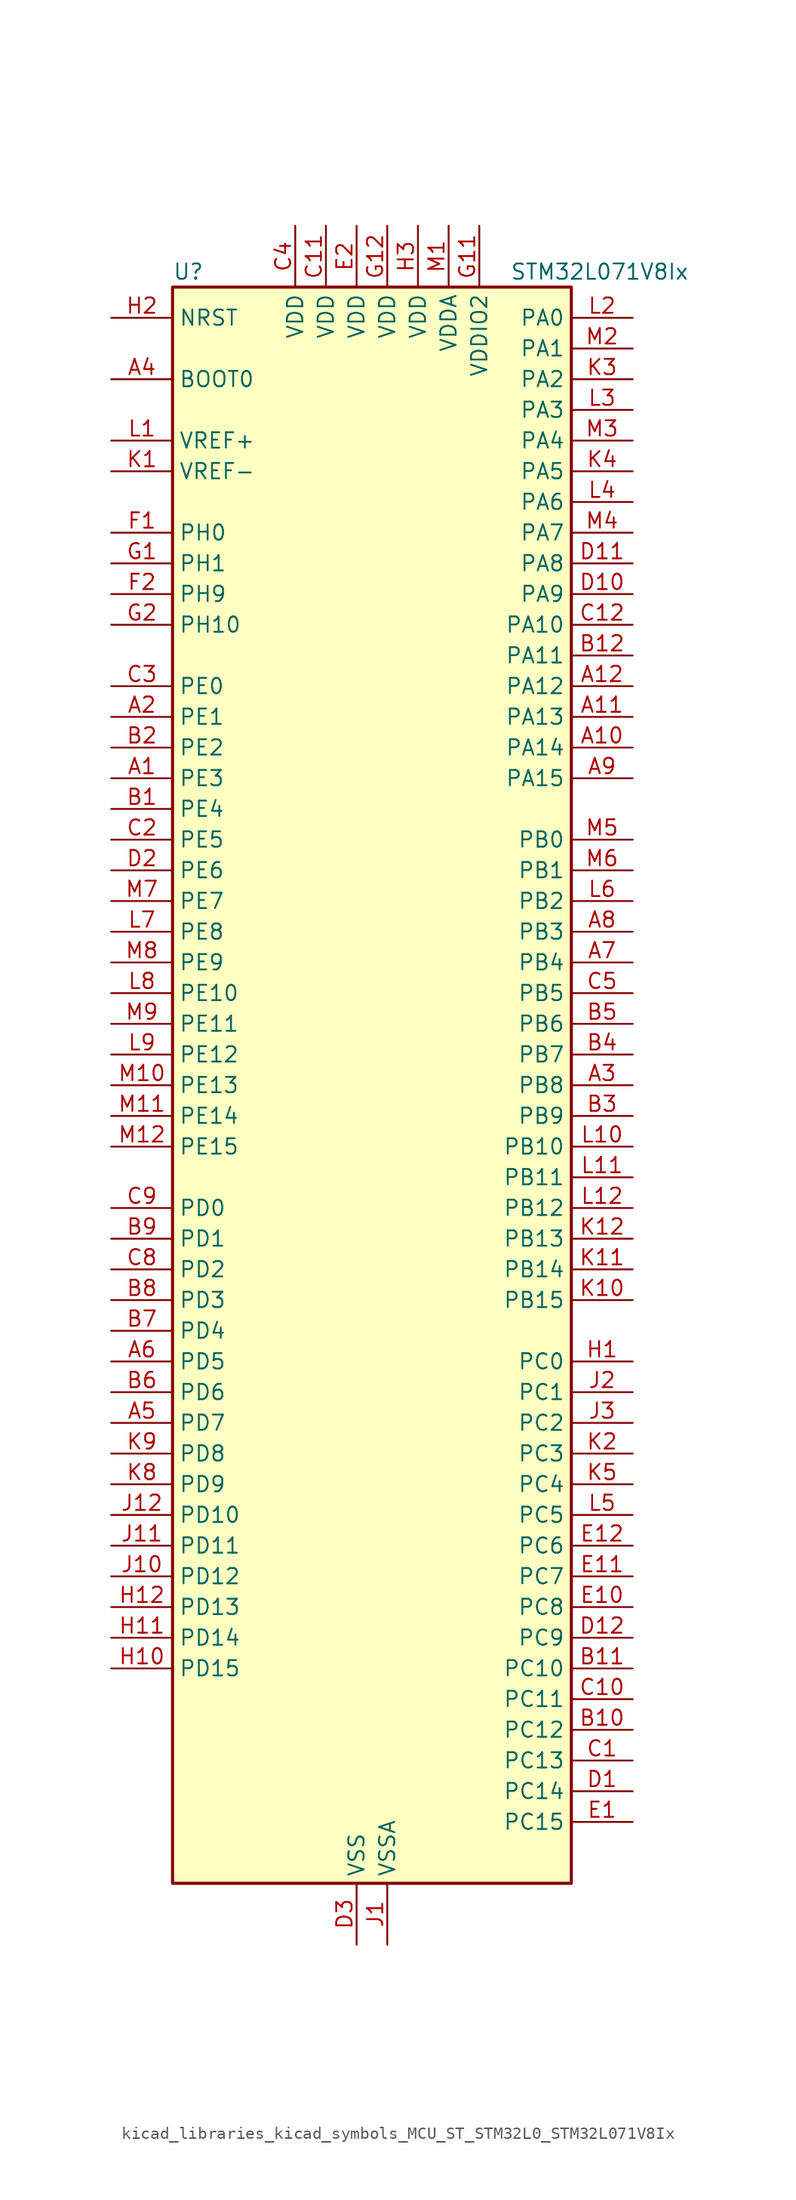
<source format=kicad_sym>
(kicad_symbol_lib
  (version 20220914)
  (generator kicad_symbol_editor)
  (symbol "kicad_libraries_kicad_symbols_MCU_ST_STM32L0_STM32L071V8Ix"
    (property "Reference" "U"
      (at -15.24 67.31 0)
      (effects (font (size 1.27 1.27)) (justify left)))
    (property "Value" "STM32L071V8Ix"
      (at 12.7 67.31 0)
      (effects (font (size 1.27 1.27)) (justify left)))
    (property "ki_locked" ""
      (at 0 0 0)
      (effects (font (size 1.27 1.27))))
    (symbol "kicad_libraries_kicad_symbols_MCU_ST_STM32L0_STM32L071V8Ix_0_1"
      (rectangle (start -15.24 -66.04) (end 17.78 66.04) (stroke (width 0.254) (type default)) (fill (type background))))
    (symbol "kicad_libraries_kicad_symbols_MCU_ST_STM32L0_STM32L071V8Ix_1_1"
      (pin bidirectional line (at -20.32 25.4 0) (length 5.08) (name "PE3" (effects (font (size 1.27 1.27)))) (number "A1" (effects (font (size 1.27 1.27)))) (alternate "TIM22_CH1" bidirectional line) (alternate "TIM3_CH1" bidirectional line))
      (pin bidirectional line (at 22.86 27.94 180) (length 5.08) (name "PA14" (effects (font (size 1.27 1.27)))) (number "A10" (effects (font (size 1.27 1.27)))) (alternate "LPUART1_TX" bidirectional line) (alternate "SYS_SWCLK" bidirectional line) (alternate "USART2_TX" bidirectional line))
      (pin bidirectional line (at 22.86 30.48 180) (length 5.08) (name "PA13" (effects (font (size 1.27 1.27)))) (number "A11" (effects (font (size 1.27 1.27)))) (alternate "LPUART1_RX" bidirectional line) (alternate "SYS_SWDIO" bidirectional line))
      (pin bidirectional line (at 22.86 33.02 180) (length 5.08) (name "PA12" (effects (font (size 1.27 1.27)))) (number "A12" (effects (font (size 1.27 1.27)))) (alternate "COMP2_OUT" bidirectional line) (alternate "SPI1_MOSI" bidirectional line) (alternate "USART1_DE" bidirectional line) (alternate "USART1_RTS" bidirectional line))
      (pin bidirectional line (at -20.32 30.48 0) (length 5.08) (name "PE1" (effects (font (size 1.27 1.27)))) (number "A2" (effects (font (size 1.27 1.27)))))
      (pin bidirectional line (at 22.86 0 180) (length 5.08) (name "PB8" (effects (font (size 1.27 1.27)))) (number "A3" (effects (font (size 1.27 1.27)))) (alternate "I2C1_SCL" bidirectional line))
      (pin input line (at -20.32 58.42 0) (length 5.08) (name "BOOT0" (effects (font (size 1.27 1.27)))) (number "A4" (effects (font (size 1.27 1.27)))))
      (pin bidirectional line (at -20.32 -27.94 0) (length 5.08) (name "PD7" (effects (font (size 1.27 1.27)))) (number "A5" (effects (font (size 1.27 1.27)))) (alternate "TIM21_CH2" bidirectional line) (alternate "USART2_CK" bidirectional line))
      (pin bidirectional line (at -20.32 -22.86 0) (length 5.08) (name "PD5" (effects (font (size 1.27 1.27)))) (number "A6" (effects (font (size 1.27 1.27)))) (alternate "USART2_TX" bidirectional line))
      (pin bidirectional line (at 22.86 10.16 180) (length 5.08) (name "PB4" (effects (font (size 1.27 1.27)))) (number "A7" (effects (font (size 1.27 1.27)))) (alternate "COMP2_INP" bidirectional line) (alternate "I2C3_SDA" bidirectional line) (alternate "SPI1_MISO" bidirectional line) (alternate "TIM22_CH1" bidirectional line) (alternate "TIM3_CH1" bidirectional line) (alternate "USART1_CTS" bidirectional line) (alternate "USART5_RX" bidirectional line))
      (pin bidirectional line (at 22.86 12.7 180) (length 5.08) (name "PB3" (effects (font (size 1.27 1.27)))) (number "A8" (effects (font (size 1.27 1.27)))) (alternate "COMP2_INM" bidirectional line) (alternate "SPI1_SCK" bidirectional line) (alternate "TIM2_CH2" bidirectional line) (alternate "USART1_DE" bidirectional line) (alternate "USART1_RTS" bidirectional line) (alternate "USART5_TX" bidirectional line))
      (pin bidirectional line (at 22.86 25.4 180) (length 5.08) (name "PA15" (effects (font (size 1.27 1.27)))) (number "A9" (effects (font (size 1.27 1.27)))) (alternate "SPI1_NSS" bidirectional line) (alternate "TIM2_CH1" bidirectional line) (alternate "TIM2_ETR" bidirectional line) (alternate "USART2_RX" bidirectional line) (alternate "USART4_DE" bidirectional line) (alternate "USART4_RTS" bidirectional line))
      (pin bidirectional line (at -20.32 22.86 0) (length 5.08) (name "PE4" (effects (font (size 1.27 1.27)))) (number "B1" (effects (font (size 1.27 1.27)))) (alternate "TIM22_CH2" bidirectional line) (alternate "TIM3_CH2" bidirectional line))
      (pin bidirectional line (at 22.86 -53.34 180) (length 5.08) (name "PC12" (effects (font (size 1.27 1.27)))) (number "B10" (effects (font (size 1.27 1.27)))) (alternate "USART4_CK" bidirectional line) (alternate "USART5_TX" bidirectional line))
      (pin bidirectional line (at 22.86 -48.26 180) (length 5.08) (name "PC10" (effects (font (size 1.27 1.27)))) (number "B11" (effects (font (size 1.27 1.27)))) (alternate "LPUART1_TX" bidirectional line) (alternate "USART4_TX" bidirectional line))
      (pin bidirectional line (at 22.86 35.56 180) (length 5.08) (name "PA11" (effects (font (size 1.27 1.27)))) (number "B12" (effects (font (size 1.27 1.27)))) (alternate "ADC_EXTI11" bidirectional line) (alternate "COMP1_OUT" bidirectional line) (alternate "SPI1_MISO" bidirectional line) (alternate "USART1_CTS" bidirectional line))
      (pin bidirectional line (at -20.32 27.94 0) (length 5.08) (name "PE2" (effects (font (size 1.27 1.27)))) (number "B2" (effects (font (size 1.27 1.27)))) (alternate "TIM3_ETR" bidirectional line))
      (pin bidirectional line (at 22.86 -2.54 180) (length 5.08) (name "PB9" (effects (font (size 1.27 1.27)))) (number "B3" (effects (font (size 1.27 1.27)))) (alternate "I2C1_SDA" bidirectional line) (alternate "I2S2_WS" bidirectional line) (alternate "SPI2_NSS" bidirectional line))
      (pin bidirectional line (at 22.86 2.54 180) (length 5.08) (name "PB7" (effects (font (size 1.27 1.27)))) (number "B4" (effects (font (size 1.27 1.27)))) (alternate "COMP2_INP" bidirectional line) (alternate "I2C1_SDA" bidirectional line) (alternate "LPTIM1_IN2" bidirectional line) (alternate "SYS_PVD_IN" bidirectional line) (alternate "USART1_RX" bidirectional line) (alternate "USART4_CTS" bidirectional line))
      (pin bidirectional line (at 22.86 5.08 180) (length 5.08) (name "PB6" (effects (font (size 1.27 1.27)))) (number "B5" (effects (font (size 1.27 1.27)))) (alternate "COMP2_INP" bidirectional line) (alternate "I2C1_SCL" bidirectional line) (alternate "LPTIM1_ETR" bidirectional line) (alternate "USART1_TX" bidirectional line))
      (pin bidirectional line (at -20.32 -25.4 0) (length 5.08) (name "PD6" (effects (font (size 1.27 1.27)))) (number "B6" (effects (font (size 1.27 1.27)))) (alternate "USART2_RX" bidirectional line))
      (pin bidirectional line (at -20.32 -20.32 0) (length 5.08) (name "PD4" (effects (font (size 1.27 1.27)))) (number "B7" (effects (font (size 1.27 1.27)))) (alternate "I2S2_SD" bidirectional line) (alternate "SPI2_MOSI" bidirectional line) (alternate "USART2_DE" bidirectional line) (alternate "USART2_RTS" bidirectional line))
      (pin bidirectional line (at -20.32 -17.78 0) (length 5.08) (name "PD3" (effects (font (size 1.27 1.27)))) (number "B8" (effects (font (size 1.27 1.27)))) (alternate "I2S2_MCK" bidirectional line) (alternate "SPI2_MISO" bidirectional line) (alternate "USART2_CTS" bidirectional line))
      (pin bidirectional line (at -20.32 -12.7 0) (length 5.08) (name "PD1" (effects (font (size 1.27 1.27)))) (number "B9" (effects (font (size 1.27 1.27)))) (alternate "I2S2_CK" bidirectional line) (alternate "SPI2_SCK" bidirectional line))
      (pin bidirectional line (at 22.86 -55.88 180) (length 5.08) (name "PC13" (effects (font (size 1.27 1.27)))) (number "C1" (effects (font (size 1.27 1.27)))) (alternate "RTC_OUT_ALARM" bidirectional line) (alternate "RTC_OUT_CALIB" bidirectional line) (alternate "RTC_TAMP1" bidirectional line) (alternate "RTC_TS" bidirectional line) (alternate "SYS_WKUP2" bidirectional line))
      (pin bidirectional line (at 22.86 -50.8 180) (length 5.08) (name "PC11" (effects (font (size 1.27 1.27)))) (number "C10" (effects (font (size 1.27 1.27)))) (alternate "ADC_EXTI11" bidirectional line) (alternate "LPUART1_RX" bidirectional line) (alternate "USART4_RX" bidirectional line))
      (pin power_in line (at -2.54 71.12 270) (length 5.08) (name "VDD" (effects (font (size 1.27 1.27)))) (number "C11" (effects (font (size 1.27 1.27)))))
      (pin bidirectional line (at 22.86 38.1 180) (length 5.08) (name "PA10" (effects (font (size 1.27 1.27)))) (number "C12" (effects (font (size 1.27 1.27)))) (alternate "I2C1_SDA" bidirectional line) (alternate "USART1_RX" bidirectional line))
      (pin bidirectional line (at -20.32 20.32 0) (length 5.08) (name "PE5" (effects (font (size 1.27 1.27)))) (number "C2" (effects (font (size 1.27 1.27)))) (alternate "TIM21_CH1" bidirectional line) (alternate "TIM3_CH3" bidirectional line))
      (pin bidirectional line (at -20.32 33.02 0) (length 5.08) (name "PE0" (effects (font (size 1.27 1.27)))) (number "C3" (effects (font (size 1.27 1.27)))))
      (pin power_in line (at -5.08 71.12 270) (length 5.08) (name "VDD" (effects (font (size 1.27 1.27)))) (number "C4" (effects (font (size 1.27 1.27)))))
      (pin bidirectional line (at 22.86 7.62 180) (length 5.08) (name "PB5" (effects (font (size 1.27 1.27)))) (number "C5" (effects (font (size 1.27 1.27)))) (alternate "COMP2_INP" bidirectional line) (alternate "I2C1_SMBA" bidirectional line) (alternate "LPTIM1_IN1" bidirectional line) (alternate "SPI1_MOSI" bidirectional line) (alternate "TIM22_CH2" bidirectional line) (alternate "TIM3_CH2" bidirectional line) (alternate "USART1_CK" bidirectional line) (alternate "USART5_CK" bidirectional line) (alternate "USART5_DE" bidirectional line) (alternate "USART5_RTS" bidirectional line))
      (pin bidirectional line (at -20.32 -15.24 0) (length 5.08) (name "PD2" (effects (font (size 1.27 1.27)))) (number "C8" (effects (font (size 1.27 1.27)))) (alternate "LPUART1_DE" bidirectional line) (alternate "LPUART1_RTS" bidirectional line) (alternate "TIM3_ETR" bidirectional line) (alternate "USART5_RX" bidirectional line))
      (pin bidirectional line (at -20.32 -10.16 0) (length 5.08) (name "PD0" (effects (font (size 1.27 1.27)))) (number "C9" (effects (font (size 1.27 1.27)))) (alternate "I2S2_WS" bidirectional line) (alternate "SPI2_NSS" bidirectional line) (alternate "TIM21_CH1" bidirectional line))
      (pin bidirectional line (at 22.86 -58.42 180) (length 5.08) (name "PC14" (effects (font (size 1.27 1.27)))) (number "D1" (effects (font (size 1.27 1.27)))) (alternate "RCC_OSC32_IN" bidirectional line))
      (pin bidirectional line (at 22.86 40.64 180) (length 5.08) (name "PA9" (effects (font (size 1.27 1.27)))) (number "D10" (effects (font (size 1.27 1.27)))) (alternate "I2C1_SCL" bidirectional line) (alternate "I2C3_SMBA" bidirectional line) (alternate "RCC_MCO" bidirectional line) (alternate "USART1_TX" bidirectional line))
      (pin bidirectional line (at 22.86 43.18 180) (length 5.08) (name "PA8" (effects (font (size 1.27 1.27)))) (number "D11" (effects (font (size 1.27 1.27)))) (alternate "I2C3_SCL" bidirectional line) (alternate "RCC_MCO" bidirectional line) (alternate "USART1_CK" bidirectional line))
      (pin bidirectional line (at 22.86 -45.72 180) (length 5.08) (name "PC9" (effects (font (size 1.27 1.27)))) (number "D12" (effects (font (size 1.27 1.27)))) (alternate "I2C3_SDA" bidirectional line) (alternate "TIM21_ETR" bidirectional line) (alternate "TIM3_CH4" bidirectional line))
      (pin bidirectional line (at -20.32 17.78 0) (length 5.08) (name "PE6" (effects (font (size 1.27 1.27)))) (number "D2" (effects (font (size 1.27 1.27)))) (alternate "RTC_TAMP3" bidirectional line) (alternate "SYS_WKUP3" bidirectional line) (alternate "TIM21_CH2" bidirectional line) (alternate "TIM3_CH4" bidirectional line))
      (pin power_in line (at 0 -71.12 90) (length 5.08) (name "VSS" (effects (font (size 1.27 1.27)))) (number "D3" (effects (font (size 1.27 1.27)))))
      (pin bidirectional line (at 22.86 -60.96 180) (length 5.08) (name "PC15" (effects (font (size 1.27 1.27)))) (number "E1" (effects (font (size 1.27 1.27)))) (alternate "RCC_OSC32_OUT" bidirectional line))
      (pin bidirectional line (at 22.86 -43.18 180) (length 5.08) (name "PC8" (effects (font (size 1.27 1.27)))) (number "E10" (effects (font (size 1.27 1.27)))) (alternate "TIM22_ETR" bidirectional line) (alternate "TIM3_CH3" bidirectional line))
      (pin bidirectional line (at 22.86 -40.64 180) (length 5.08) (name "PC7" (effects (font (size 1.27 1.27)))) (number "E11" (effects (font (size 1.27 1.27)))) (alternate "TIM22_CH2" bidirectional line) (alternate "TIM3_CH2" bidirectional line))
      (pin bidirectional line (at 22.86 -38.1 180) (length 5.08) (name "PC6" (effects (font (size 1.27 1.27)))) (number "E12" (effects (font (size 1.27 1.27)))) (alternate "TIM22_CH1" bidirectional line) (alternate "TIM3_CH1" bidirectional line))
      (pin power_in line (at 0 71.12 270) (length 5.08) (name "VDD" (effects (font (size 1.27 1.27)))) (number "E2" (effects (font (size 1.27 1.27)))))
      (pin passive line (at 0 -71.12 90) (length 5.08) hide (name "VSS" (effects (font (size 1.27 1.27)))) (number "E3" (effects (font (size 1.27 1.27)))))
      (pin bidirectional line (at -20.32 45.72 0) (length 5.08) (name "PH0" (effects (font (size 1.27 1.27)))) (number "F1" (effects (font (size 1.27 1.27)))) (alternate "RCC_OSC_IN" bidirectional line))
      (pin passive line (at 0 -71.12 90) (length 5.08) hide (name "VSS" (effects (font (size 1.27 1.27)))) (number "F11" (effects (font (size 1.27 1.27)))))
      (pin passive line (at 0 -71.12 90) (length 5.08) hide (name "VSS" (effects (font (size 1.27 1.27)))) (number "F12" (effects (font (size 1.27 1.27)))))
      (pin bidirectional line (at -20.32 40.64 0) (length 5.08) (name "PH9" (effects (font (size 1.27 1.27)))) (number "F2" (effects (font (size 1.27 1.27)))))
      (pin bidirectional line (at -20.32 43.18 0) (length 5.08) (name "PH1" (effects (font (size 1.27 1.27)))) (number "G1" (effects (font (size 1.27 1.27)))) (alternate "RCC_OSC_OUT" bidirectional line))
      (pin power_in line (at 10.16 71.12 270) (length 5.08) (name "VDDIO2" (effects (font (size 1.27 1.27)))) (number "G11" (effects (font (size 1.27 1.27)))))
      (pin power_in line (at 2.54 71.12 270) (length 5.08) (name "VDD" (effects (font (size 1.27 1.27)))) (number "G12" (effects (font (size 1.27 1.27)))))
      (pin bidirectional line (at -20.32 38.1 0) (length 5.08) (name "PH10" (effects (font (size 1.27 1.27)))) (number "G2" (effects (font (size 1.27 1.27)))))
      (pin bidirectional line (at 22.86 -22.86 180) (length 5.08) (name "PC0" (effects (font (size 1.27 1.27)))) (number "H1" (effects (font (size 1.27 1.27)))) (alternate "ADC_IN10" bidirectional line) (alternate "I2C3_SCL" bidirectional line) (alternate "LPTIM1_IN1" bidirectional line) (alternate "LPUART1_RX" bidirectional line))
      (pin bidirectional line (at -20.32 -48.26 0) (length 5.08) (name "PD15" (effects (font (size 1.27 1.27)))) (number "H10" (effects (font (size 1.27 1.27)))))
      (pin bidirectional line (at -20.32 -45.72 0) (length 5.08) (name "PD14" (effects (font (size 1.27 1.27)))) (number "H11" (effects (font (size 1.27 1.27)))))
      (pin bidirectional line (at -20.32 -43.18 0) (length 5.08) (name "PD13" (effects (font (size 1.27 1.27)))) (number "H12" (effects (font (size 1.27 1.27)))))
      (pin input line (at -20.32 63.5 0) (length 5.08) (name "NRST" (effects (font (size 1.27 1.27)))) (number "H2" (effects (font (size 1.27 1.27)))))
      (pin power_in line (at 5.08 71.12 270) (length 5.08) (name "VDD" (effects (font (size 1.27 1.27)))) (number "H3" (effects (font (size 1.27 1.27)))))
      (pin power_in line (at 2.54 -71.12 90) (length 5.08) (name "VSSA" (effects (font (size 1.27 1.27)))) (number "J1" (effects (font (size 1.27 1.27)))))
      (pin bidirectional line (at -20.32 -40.64 0) (length 5.08) (name "PD12" (effects (font (size 1.27 1.27)))) (number "J10" (effects (font (size 1.27 1.27)))) (alternate "LPUART1_DE" bidirectional line) (alternate "LPUART1_RTS" bidirectional line))
      (pin bidirectional line (at -20.32 -38.1 0) (length 5.08) (name "PD11" (effects (font (size 1.27 1.27)))) (number "J11" (effects (font (size 1.27 1.27)))) (alternate "ADC_EXTI11" bidirectional line) (alternate "LPUART1_CTS" bidirectional line))
      (pin bidirectional line (at -20.32 -35.56 0) (length 5.08) (name "PD10" (effects (font (size 1.27 1.27)))) (number "J12" (effects (font (size 1.27 1.27)))))
      (pin bidirectional line (at 22.86 -25.4 180) (length 5.08) (name "PC1" (effects (font (size 1.27 1.27)))) (number "J2" (effects (font (size 1.27 1.27)))) (alternate "ADC_IN11" bidirectional line) (alternate "I2C3_SDA" bidirectional line) (alternate "LPTIM1_OUT" bidirectional line) (alternate "LPUART1_TX" bidirectional line))
      (pin bidirectional line (at 22.86 -27.94 180) (length 5.08) (name "PC2" (effects (font (size 1.27 1.27)))) (number "J3" (effects (font (size 1.27 1.27)))) (alternate "ADC_IN12" bidirectional line) (alternate "I2S2_MCK" bidirectional line) (alternate "LPTIM1_IN2" bidirectional line) (alternate "SPI2_MISO" bidirectional line))
      (pin input line (at -20.32 50.8 0) (length 5.08) (name "VREF-" (effects (font (size 1.27 1.27)))) (number "K1" (effects (font (size 1.27 1.27)))))
      (pin bidirectional line (at 22.86 -17.78 180) (length 5.08) (name "PB15" (effects (font (size 1.27 1.27)))) (number "K10" (effects (font (size 1.27 1.27)))) (alternate "I2S2_SD" bidirectional line) (alternate "RTC_REFIN" bidirectional line) (alternate "SPI2_MOSI" bidirectional line))
      (pin bidirectional line (at 22.86 -15.24 180) (length 5.08) (name "PB14" (effects (font (size 1.27 1.27)))) (number "K11" (effects (font (size 1.27 1.27)))) (alternate "I2C2_SDA" bidirectional line) (alternate "I2S2_MCK" bidirectional line) (alternate "LPUART1_DE" bidirectional line) (alternate "LPUART1_RTS" bidirectional line) (alternate "RTC_OUT_ALARM" bidirectional line) (alternate "RTC_OUT_CALIB" bidirectional line) (alternate "SPI2_MISO" bidirectional line) (alternate "TIM21_CH2" bidirectional line))
      (pin bidirectional line (at 22.86 -12.7 180) (length 5.08) (name "PB13" (effects (font (size 1.27 1.27)))) (number "K12" (effects (font (size 1.27 1.27)))) (alternate "I2C2_SCL" bidirectional line) (alternate "I2S2_CK" bidirectional line) (alternate "LPUART1_CTS" bidirectional line) (alternate "RCC_MCO" bidirectional line) (alternate "SPI2_SCK" bidirectional line) (alternate "TIM21_CH1" bidirectional line))
      (pin bidirectional line (at 22.86 -30.48 180) (length 5.08) (name "PC3" (effects (font (size 1.27 1.27)))) (number "K2" (effects (font (size 1.27 1.27)))) (alternate "ADC_IN13" bidirectional line) (alternate "I2S2_SD" bidirectional line) (alternate "LPTIM1_ETR" bidirectional line) (alternate "SPI2_MOSI" bidirectional line))
      (pin bidirectional line (at 22.86 58.42 180) (length 5.08) (name "PA2" (effects (font (size 1.27 1.27)))) (number "K3" (effects (font (size 1.27 1.27)))) (alternate "ADC_IN2" bidirectional line) (alternate "COMP2_INM" bidirectional line) (alternate "COMP2_OUT" bidirectional line) (alternate "LPUART1_TX" bidirectional line) (alternate "TIM21_CH1" bidirectional line) (alternate "TIM2_CH3" bidirectional line) (alternate "USART2_TX" bidirectional line))
      (pin bidirectional line (at 22.86 50.8 180) (length 5.08) (name "PA5" (effects (font (size 1.27 1.27)))) (number "K4" (effects (font (size 1.27 1.27)))) (alternate "ADC_IN5" bidirectional line) (alternate "COMP1_INM" bidirectional line) (alternate "COMP2_INM" bidirectional line) (alternate "SPI1_SCK" bidirectional line) (alternate "TIM2_CH1" bidirectional line) (alternate "TIM2_ETR" bidirectional line))
      (pin bidirectional line (at 22.86 -33.02 180) (length 5.08) (name "PC4" (effects (font (size 1.27 1.27)))) (number "K5" (effects (font (size 1.27 1.27)))) (alternate "ADC_IN14" bidirectional line) (alternate "LPUART1_TX" bidirectional line))
      (pin bidirectional line (at -20.32 -33.02 0) (length 5.08) (name "PD9" (effects (font (size 1.27 1.27)))) (number "K8" (effects (font (size 1.27 1.27)))) (alternate "LPUART1_RX" bidirectional line))
      (pin bidirectional line (at -20.32 -30.48 0) (length 5.08) (name "PD8" (effects (font (size 1.27 1.27)))) (number "K9" (effects (font (size 1.27 1.27)))) (alternate "LPUART1_TX" bidirectional line))
      (pin input line (at -20.32 53.34 0) (length 5.08) (name "VREF+" (effects (font (size 1.27 1.27)))) (number "L1" (effects (font (size 1.27 1.27)))))
      (pin bidirectional line (at 22.86 -5.08 180) (length 5.08) (name "PB10" (effects (font (size 1.27 1.27)))) (number "L10" (effects (font (size 1.27 1.27)))) (alternate "I2C2_SCL" bidirectional line) (alternate "LPUART1_RX" bidirectional line) (alternate "LPUART1_TX" bidirectional line) (alternate "SPI2_SCK" bidirectional line) (alternate "TIM2_CH3" bidirectional line))
      (pin bidirectional line (at 22.86 -7.62 180) (length 5.08) (name "PB11" (effects (font (size 1.27 1.27)))) (number "L11" (effects (font (size 1.27 1.27)))) (alternate "ADC_EXTI11" bidirectional line) (alternate "I2C2_SDA" bidirectional line) (alternate "LPUART1_RX" bidirectional line) (alternate "LPUART1_TX" bidirectional line) (alternate "TIM2_CH4" bidirectional line))
      (pin bidirectional line (at 22.86 -10.16 180) (length 5.08) (name "PB12" (effects (font (size 1.27 1.27)))) (number "L12" (effects (font (size 1.27 1.27)))) (alternate "I2S2_WS" bidirectional line) (alternate "LPUART1_DE" bidirectional line) (alternate "LPUART1_RTS" bidirectional line) (alternate "SPI2_NSS" bidirectional line))
      (pin bidirectional line (at 22.86 63.5 180) (length 5.08) (name "PA0" (effects (font (size 1.27 1.27)))) (number "L2" (effects (font (size 1.27 1.27)))) (alternate "ADC_IN0" bidirectional line) (alternate "COMP1_INM" bidirectional line) (alternate "COMP1_OUT" bidirectional line) (alternate "RTC_TAMP2" bidirectional line) (alternate "SYS_WKUP1" bidirectional line) (alternate "TIM2_CH1" bidirectional line) (alternate "TIM2_ETR" bidirectional line) (alternate "USART2_CTS" bidirectional line) (alternate "USART4_TX" bidirectional line))
      (pin bidirectional line (at 22.86 55.88 180) (length 5.08) (name "PA3" (effects (font (size 1.27 1.27)))) (number "L3" (effects (font (size 1.27 1.27)))) (alternate "ADC_IN3" bidirectional line) (alternate "COMP2_INP" bidirectional line) (alternate "LPUART1_RX" bidirectional line) (alternate "TIM21_CH2" bidirectional line) (alternate "TIM2_CH4" bidirectional line) (alternate "USART2_RX" bidirectional line))
      (pin bidirectional line (at 22.86 48.26 180) (length 5.08) (name "PA6" (effects (font (size 1.27 1.27)))) (number "L4" (effects (font (size 1.27 1.27)))) (alternate "ADC_IN6" bidirectional line) (alternate "COMP1_OUT" bidirectional line) (alternate "LPUART1_CTS" bidirectional line) (alternate "SPI1_MISO" bidirectional line) (alternate "TIM22_CH1" bidirectional line) (alternate "TIM3_CH1" bidirectional line))
      (pin bidirectional line (at 22.86 -35.56 180) (length 5.08) (name "PC5" (effects (font (size 1.27 1.27)))) (number "L5" (effects (font (size 1.27 1.27)))) (alternate "ADC_IN15" bidirectional line) (alternate "LPUART1_RX" bidirectional line))
      (pin bidirectional line (at 22.86 15.24 180) (length 5.08) (name "PB2" (effects (font (size 1.27 1.27)))) (number "L6" (effects (font (size 1.27 1.27)))) (alternate "I2C3_SMBA" bidirectional line) (alternate "LPTIM1_OUT" bidirectional line))
      (pin bidirectional line (at -20.32 12.7 0) (length 5.08) (name "PE8" (effects (font (size 1.27 1.27)))) (number "L7" (effects (font (size 1.27 1.27)))) (alternate "USART4_TX" bidirectional line))
      (pin bidirectional line (at -20.32 7.62 0) (length 5.08) (name "PE10" (effects (font (size 1.27 1.27)))) (number "L8" (effects (font (size 1.27 1.27)))) (alternate "TIM2_CH2" bidirectional line) (alternate "USART5_TX" bidirectional line))
      (pin bidirectional line (at -20.32 2.54 0) (length 5.08) (name "PE12" (effects (font (size 1.27 1.27)))) (number "L9" (effects (font (size 1.27 1.27)))) (alternate "SPI1_NSS" bidirectional line) (alternate "TIM2_CH4" bidirectional line))
      (pin power_in line (at 7.62 71.12 270) (length 5.08) (name "VDDA" (effects (font (size 1.27 1.27)))) (number "M1" (effects (font (size 1.27 1.27)))))
      (pin bidirectional line (at -20.32 0 0) (length 5.08) (name "PE13" (effects (font (size 1.27 1.27)))) (number "M10" (effects (font (size 1.27 1.27)))) (alternate "SPI1_SCK" bidirectional line))
      (pin bidirectional line (at -20.32 -2.54 0) (length 5.08) (name "PE14" (effects (font (size 1.27 1.27)))) (number "M11" (effects (font (size 1.27 1.27)))) (alternate "SPI1_MISO" bidirectional line))
      (pin bidirectional line (at -20.32 -5.08 0) (length 5.08) (name "PE15" (effects (font (size 1.27 1.27)))) (number "M12" (effects (font (size 1.27 1.27)))) (alternate "SPI1_MOSI" bidirectional line))
      (pin bidirectional line (at 22.86 60.96 180) (length 5.08) (name "PA1" (effects (font (size 1.27 1.27)))) (number "M2" (effects (font (size 1.27 1.27)))) (alternate "ADC_IN1" bidirectional line) (alternate "COMP1_INP" bidirectional line) (alternate "TIM21_ETR" bidirectional line) (alternate "TIM2_CH2" bidirectional line) (alternate "USART2_DE" bidirectional line) (alternate "USART2_RTS" bidirectional line) (alternate "USART4_RX" bidirectional line))
      (pin bidirectional line (at 22.86 53.34 180) (length 5.08) (name "PA4" (effects (font (size 1.27 1.27)))) (number "M3" (effects (font (size 1.27 1.27)))) (alternate "ADC_IN4" bidirectional line) (alternate "COMP1_INM" bidirectional line) (alternate "COMP2_INM" bidirectional line) (alternate "SPI1_NSS" bidirectional line) (alternate "TIM22_ETR" bidirectional line) (alternate "USART2_CK" bidirectional line))
      (pin bidirectional line (at 22.86 45.72 180) (length 5.08) (name "PA7" (effects (font (size 1.27 1.27)))) (number "M4" (effects (font (size 1.27 1.27)))) (alternate "ADC_IN7" bidirectional line) (alternate "COMP2_OUT" bidirectional line) (alternate "SPI1_MOSI" bidirectional line) (alternate "TIM22_CH2" bidirectional line) (alternate "TIM3_CH2" bidirectional line))
      (pin bidirectional line (at 22.86 20.32 180) (length 5.08) (name "PB0" (effects (font (size 1.27 1.27)))) (number "M5" (effects (font (size 1.27 1.27)))) (alternate "ADC_IN8" bidirectional line) (alternate "SYS_VREF_OUT_PB0" bidirectional line) (alternate "TIM3_CH3" bidirectional line))
      (pin bidirectional line (at 22.86 17.78 180) (length 5.08) (name "PB1" (effects (font (size 1.27 1.27)))) (number "M6" (effects (font (size 1.27 1.27)))) (alternate "ADC_IN9" bidirectional line) (alternate "LPUART1_DE" bidirectional line) (alternate "LPUART1_RTS" bidirectional line) (alternate "SYS_VREF_OUT_PB1" bidirectional line) (alternate "TIM3_CH4" bidirectional line))
      (pin bidirectional line (at -20.32 15.24 0) (length 5.08) (name "PE7" (effects (font (size 1.27 1.27)))) (number "M7" (effects (font (size 1.27 1.27)))) (alternate "USART5_CK" bidirectional line) (alternate "USART5_DE" bidirectional line) (alternate "USART5_RTS" bidirectional line))
      (pin bidirectional line (at -20.32 10.16 0) (length 5.08) (name "PE9" (effects (font (size 1.27 1.27)))) (number "M8" (effects (font (size 1.27 1.27)))) (alternate "TIM2_CH1" bidirectional line) (alternate "TIM2_ETR" bidirectional line) (alternate "USART4_RX" bidirectional line))
      (pin bidirectional line (at -20.32 5.08 0) (length 5.08) (name "PE11" (effects (font (size 1.27 1.27)))) (number "M9" (effects (font (size 1.27 1.27)))) (alternate "ADC_EXTI11" bidirectional line) (alternate "TIM2_CH3" bidirectional line) (alternate "USART5_RX" bidirectional line)))))
</source>
